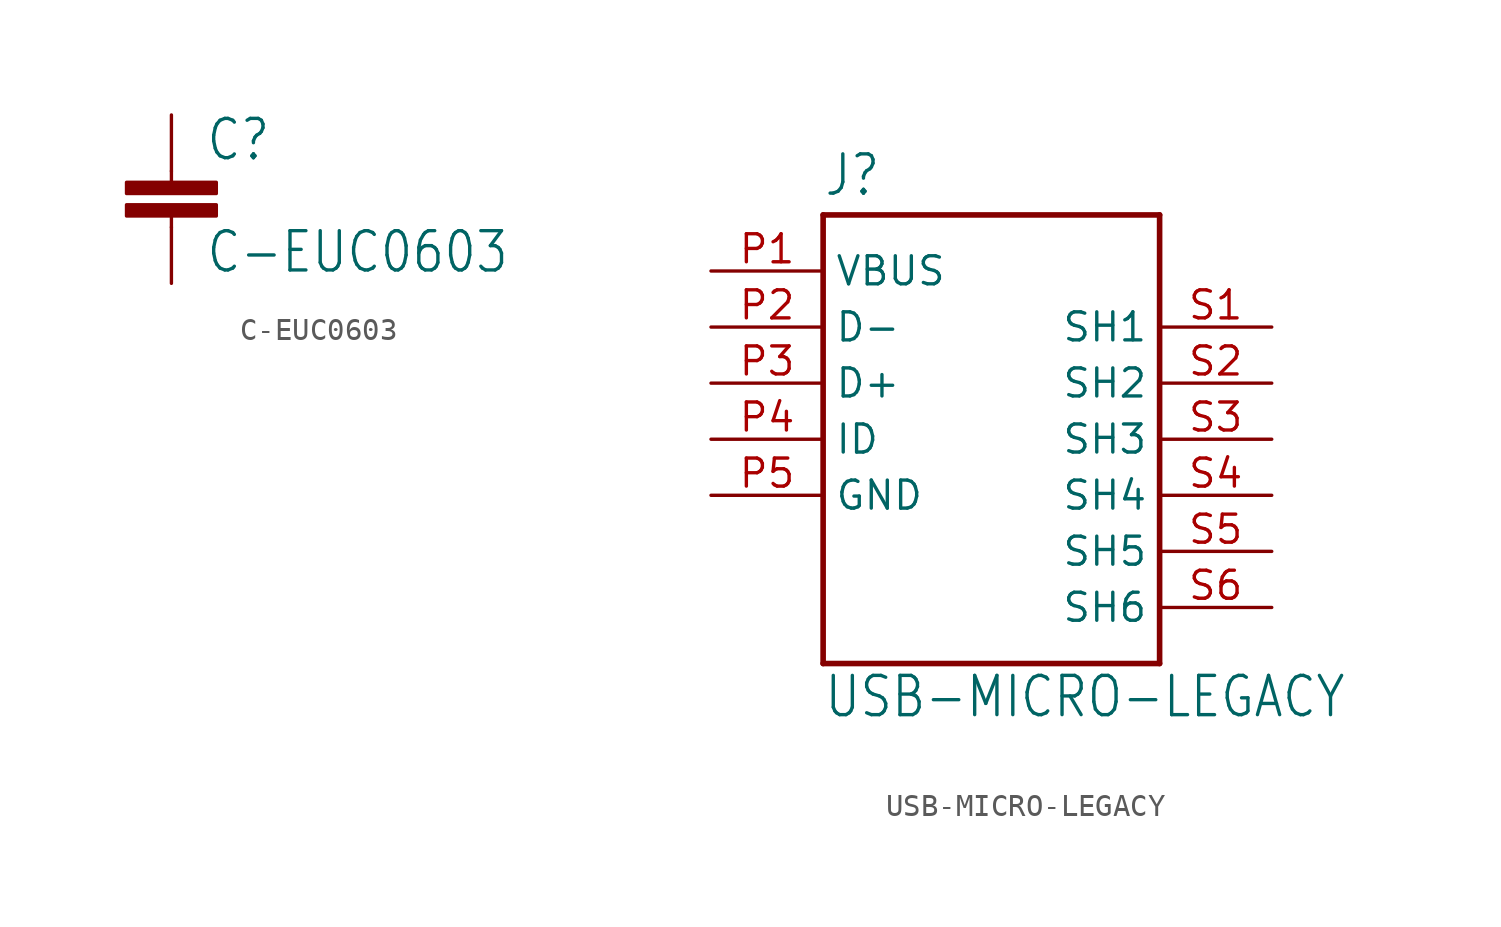
<source format=kicad_sym>
(kicad_symbol_lib
  (version 20211014)
  (generator kicad_symbol_editor)
  (symbol "C-EUC0603"
    (property "Reference" "C"
      (at 1.524 0.381 0)
      (effects (font (size 1.778 1.511)) (justify left bottom)))
    (property "Value" "C-EUC0603"
      (at 1.524 -4.699 0)
      (effects (font (size 1.778 1.511)) (justify left bottom)))
    (symbol "C-EUC0603_1_0"
      (rectangle (start -2.032 -2.032) (end 2.032 -1.524) (stroke (width 0) (type default) (color 0 0 0 0)) (fill (type outline)))
      (rectangle (start -2.032 -1.016) (end 2.032 -0.508) (stroke (width 0) (type default) (color 0 0 0 0)) (fill (type outline)))
      (polyline (pts (xy 0 -2.54) (xy 0 -2.032)) (stroke (width 0.152) (type default) (color 0 0 0 0)) (fill (type none)))
      (polyline (pts (xy 0 0) (xy 0 -0.508)) (stroke (width 0.152) (type default) (color 0 0 0 0)) (fill (type none)))
      (pin passive line (at 0 2.54 270) (length 2.54) (name "1" (effects (font (size 0 0)))) (number "1" (effects (font (size 0 0)))))
      (pin passive line (at 0 -5.08 90) (length 2.54) (name "2" (effects (font (size 0 0)))) (number "2" (effects (font (size 0 0)))))))
  (symbol "USB-MICRO-LEGACY"
    (property "Reference" "J"
      (at -7.62 8.382 0)
      (effects (font (size 1.778 1.511)) (justify left bottom)))
    (property "Value" "USB-MICRO-LEGACY"
      (at -7.62 -15.24 0)
      (effects (font (size 1.778 1.511)) (justify left bottom)))
    (property "ki_locked" ""
      (at 0 0 0)
      (effects (font (size 1.27 1.27))))
    (symbol "USB-MICRO-LEGACY_1_0"
      (polyline (pts (xy -7.62 -12.7) (xy 7.62 -12.7)) (stroke (width 0.254) (type default) (color 0 0 0 0)) (fill (type none)))
      (polyline (pts (xy -7.62 7.62) (xy -7.62 -12.7)) (stroke (width 0.254) (type default) (color 0 0 0 0)) (fill (type none)))
      (polyline (pts (xy 7.62 -12.7) (xy 7.62 7.62)) (stroke (width 0.254) (type default) (color 0 0 0 0)) (fill (type none)))
      (polyline (pts (xy 7.62 7.62) (xy -7.62 7.62)) (stroke (width 0.254) (type default) (color 0 0 0 0)) (fill (type none)))
      (pin power_in line (at -12.7 5.08 0) (length 5.08) (name "VBUS" (effects (font (size 1.27 1.27)))) (number "P1" (effects (font (size 1.27 1.27)))))
      (pin bidirectional line (at -12.7 2.54 0) (length 5.08) (name "D-" (effects (font (size 1.27 1.27)))) (number "P2" (effects (font (size 1.27 1.27)))))
      (pin bidirectional line (at -12.7 0 0) (length 5.08) (name "D+" (effects (font (size 1.27 1.27)))) (number "P3" (effects (font (size 1.27 1.27)))))
      (pin bidirectional line (at -12.7 -2.54 0) (length 5.08) (name "ID" (effects (font (size 1.27 1.27)))) (number "P4" (effects (font (size 1.27 1.27)))))
      (pin passive line (at -12.7 -5.08 0) (length 5.08) (name "GND" (effects (font (size 1.27 1.27)))) (number "P5" (effects (font (size 1.27 1.27)))))
      (pin passive line (at 12.7 2.54 180) (length 5.08) (name "SH1" (effects (font (size 1.27 1.27)))) (number "S1" (effects (font (size 1.27 1.27)))))
      (pin passive line (at 12.7 0 180) (length 5.08) (name "SH2" (effects (font (size 1.27 1.27)))) (number "S2" (effects (font (size 1.27 1.27)))))
      (pin passive line (at 12.7 -2.54 180) (length 5.08) (name "SH3" (effects (font (size 1.27 1.27)))) (number "S3" (effects (font (size 1.27 1.27)))))
      (pin passive line (at 12.7 -5.08 180) (length 5.08) (name "SH4" (effects (font (size 1.27 1.27)))) (number "S4" (effects (font (size 1.27 1.27)))))
      (pin passive line (at 12.7 -7.62 180) (length 5.08) (name "SH5" (effects (font (size 1.27 1.27)))) (number "S5" (effects (font (size 1.27 1.27)))))
      (pin passive line (at 12.7 -10.16 180) (length 5.08) (name "SH6" (effects (font (size 1.27 1.27)))) (number "S6" (effects (font (size 1.27 1.27))))))))
</source>
